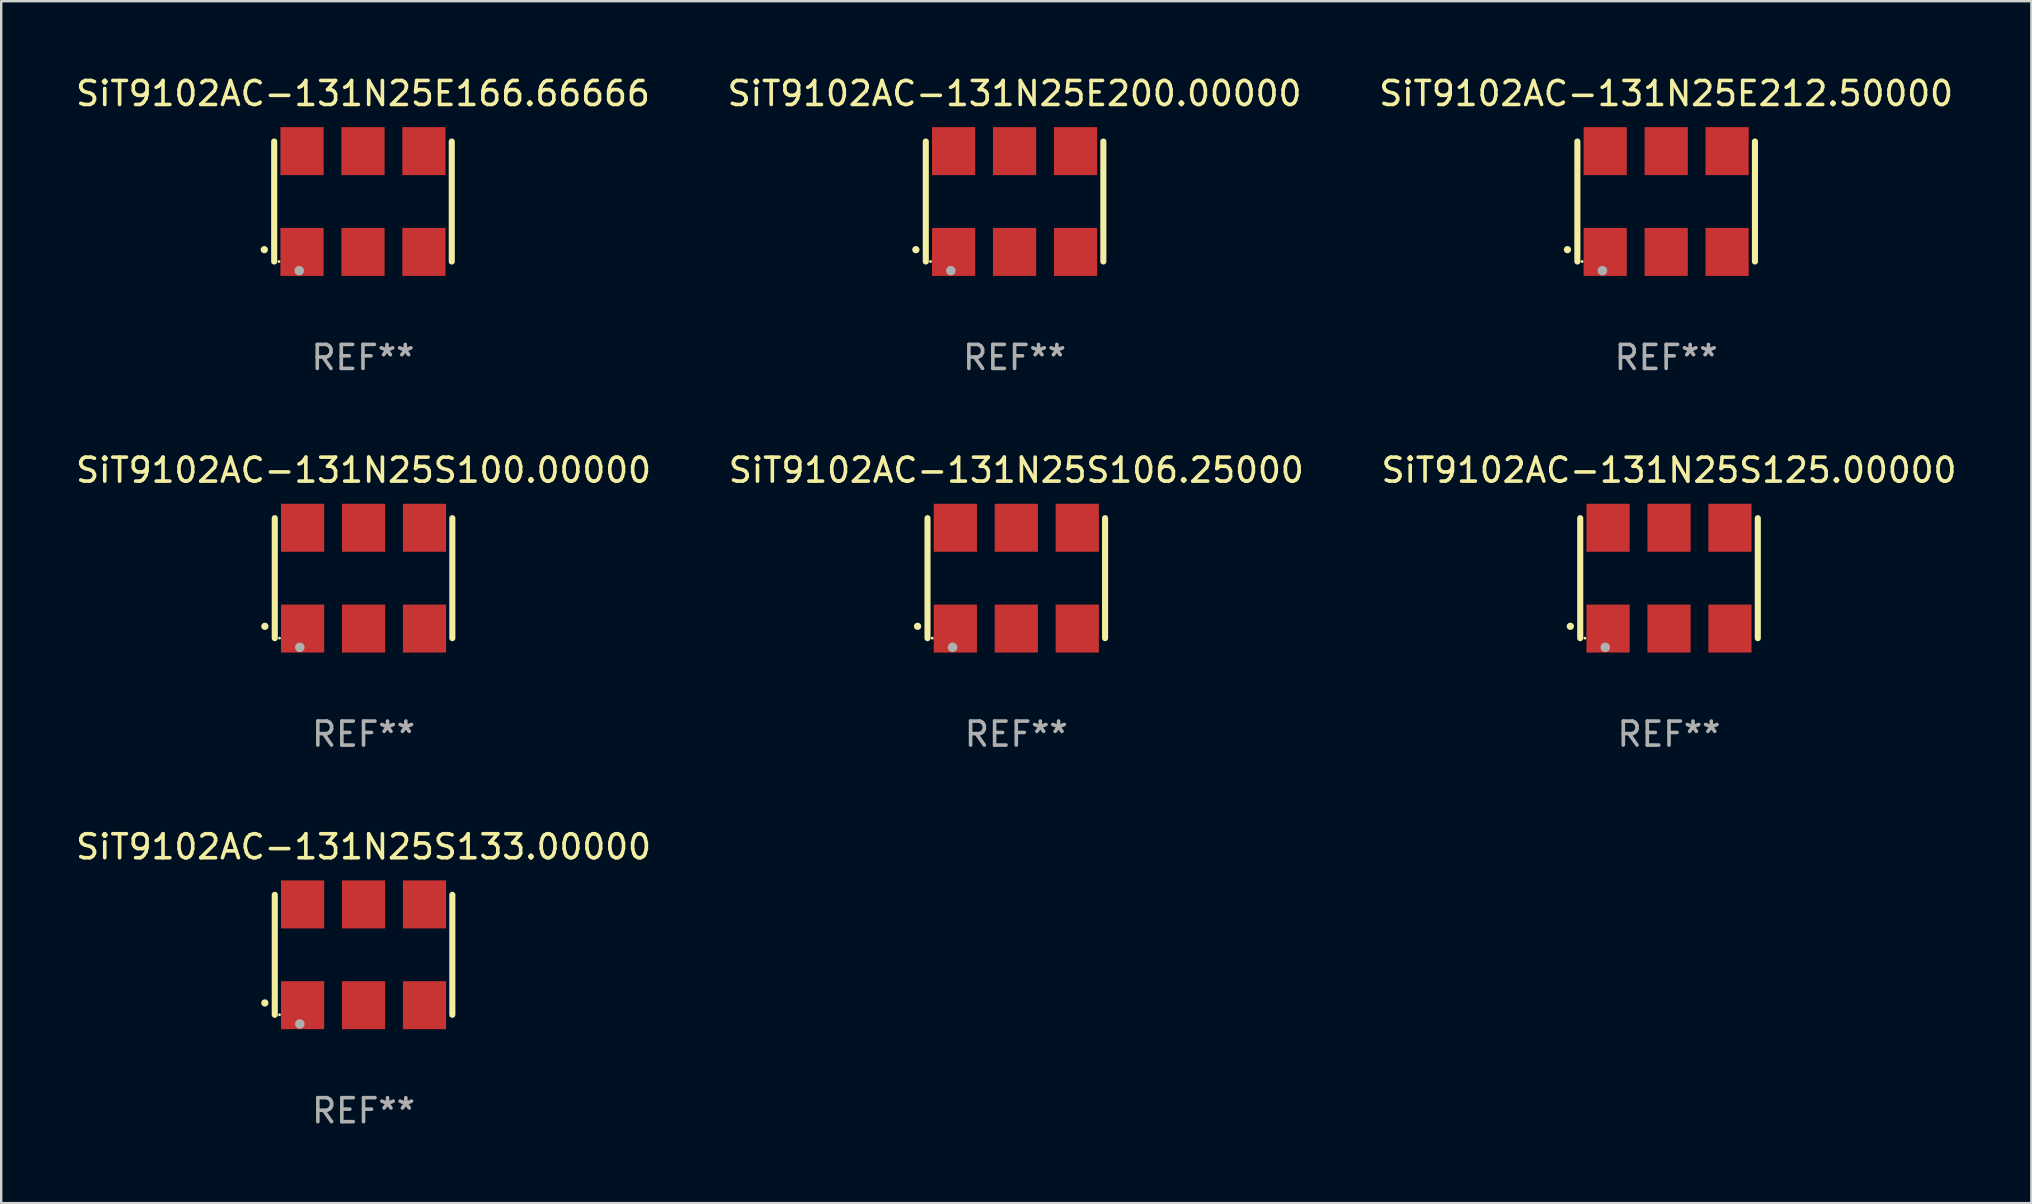
<source format=kicad_pcb>
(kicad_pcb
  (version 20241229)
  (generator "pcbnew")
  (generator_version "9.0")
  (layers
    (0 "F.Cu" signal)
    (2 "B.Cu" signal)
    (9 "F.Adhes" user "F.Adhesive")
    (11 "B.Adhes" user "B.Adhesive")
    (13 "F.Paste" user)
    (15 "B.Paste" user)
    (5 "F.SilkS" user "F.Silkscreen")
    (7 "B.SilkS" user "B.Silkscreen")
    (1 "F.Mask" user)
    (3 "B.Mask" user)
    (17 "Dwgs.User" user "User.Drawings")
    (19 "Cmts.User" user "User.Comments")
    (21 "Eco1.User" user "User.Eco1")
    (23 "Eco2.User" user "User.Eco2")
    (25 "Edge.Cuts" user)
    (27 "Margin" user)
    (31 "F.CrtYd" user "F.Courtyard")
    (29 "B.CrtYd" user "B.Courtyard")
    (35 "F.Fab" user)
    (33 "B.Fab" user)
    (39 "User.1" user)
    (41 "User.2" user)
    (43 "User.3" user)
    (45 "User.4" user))
  (footprint "SiT9102AC-131N25S106.25000"
    (layer "F.Cu")
    (at 39.304 21.045)
    (property "Reference" "SiT9102AC-131N25S106.25000" (at 0 -4.5 0) (layer "F.SilkS") (effects (font (size 1 1) (thickness 0.15))))
    (attr through_hole)
    (fp_line (start -3.7 -2.5) (end -3.7 2.5) (stroke (width 0.254) (type solid)) (layer "F.SilkS"))
    (fp_line (start 3.7 -2.5) (end 3.7 2.5) (stroke (width 0.254) (type solid)) (layer "F.SilkS"))
    (fp_arc (start -4.114415 2.006604) (mid -4.113145 2.006599) (end -4.111875 2.006604) (stroke (width 0.3) (type solid)) (layer "F.SilkS"))
    (fp_circle (center -3.502 2.5) (end -3.472 2.5) (stroke (width 0.06) (type solid)) (fill no) (layer "F.SilkS"))
    (fp_circle (center -2.657 2.882) (end -2.557 2.882) (stroke (width 0.2) (type solid)) (fill no) (layer "F.Fab"))
    (fp_text user "REF**" (at 0 6.5 0) (layer "F.Fab") (effects (font (size 1 1) (thickness 0.15))))
    (pad "1" smd rect (at -2.54 2.1) (size 1.8 2) (layers "F.Cu" "F.Mask" "F.Paste"))
    (pad "2" smd rect (at 0.000394 2.1) (size 1.8 2) (layers "F.Cu" "F.Mask" "F.Paste"))
    (pad "3" smd rect (at 2.54 2.1) (size 1.8 2) (layers "F.Cu" "F.Mask" "F.Paste"))
    (pad "4" smd rect (at 2.54 -2.1) (size 1.8 2) (layers "F.Cu" "F.Mask" "F.Paste"))
    (pad "5" smd rect (at 0.000394 -2.1) (size 1.8 2) (layers "F.Cu" "F.Mask" "F.Paste"))
    (pad "6" smd rect (at -2.54 -2.1) (size 1.8 2) (layers "F.Cu" "F.Mask" "F.Paste")))
  (footprint "SiT9102AC-131N25E200.00000"
    (layer "F.Cu")
    (at 39.232 5.348)
    (property "Reference" "SiT9102AC-131N25E200.00000" (at 0 -4.5 0) (layer "F.SilkS") (effects (font (size 1 1) (thickness 0.15))))
    (attr through_hole)
    (fp_line (start -3.7 -2.5) (end -3.7 2.5) (stroke (width 0.254) (type solid)) (layer "F.SilkS"))
    (fp_line (start 3.7 -2.5) (end 3.7 2.5) (stroke (width 0.254) (type solid)) (layer "F.SilkS"))
    (fp_arc (start -4.114415 2.006604) (mid -4.113145 2.006599) (end -4.111875 2.006604) (stroke (width 0.3) (type solid)) (layer "F.SilkS"))
    (fp_circle (center -3.502 2.5) (end -3.472 2.5) (stroke (width 0.06) (type solid)) (fill no) (layer "F.SilkS"))
    (fp_circle (center -2.657 2.882) (end -2.557 2.882) (stroke (width 0.2) (type solid)) (fill no) (layer "F.Fab"))
    (fp_text user "REF**" (at 0 6.5 0) (layer "F.Fab") (effects (font (size 1 1) (thickness 0.15))))
    (pad "1" smd rect (at -2.54 2.1) (size 1.8 2) (layers "F.Cu" "F.Mask" "F.Paste"))
    (pad "2" smd rect (at 0.000394 2.1) (size 1.8 2) (layers "F.Cu" "F.Mask" "F.Paste"))
    (pad "3" smd rect (at 2.54 2.1) (size 1.8 2) (layers "F.Cu" "F.Mask" "F.Paste"))
    (pad "4" smd rect (at 2.54 -2.1) (size 1.8 2) (layers "F.Cu" "F.Mask" "F.Paste"))
    (pad "5" smd rect (at 0.000394 -2.1) (size 1.8 2) (layers "F.Cu" "F.Mask" "F.Paste"))
    (pad "6" smd rect (at -2.54 -2.1) (size 1.8 2) (layers "F.Cu" "F.Mask" "F.Paste")))
  (footprint "SiT9102AC-131N25S125.00000"
    (layer "F.Cu")
    (at 66.506 21.045)
    (property "Reference" "SiT9102AC-131N25S125.00000" (at 0 -4.5 0) (layer "F.SilkS") (effects (font (size 1 1) (thickness 0.15))))
    (attr through_hole)
    (fp_line (start -3.7 -2.5) (end -3.7 2.5) (stroke (width 0.254) (type solid)) (layer "F.SilkS"))
    (fp_line (start 3.7 -2.5) (end 3.7 2.5) (stroke (width 0.254) (type solid)) (layer "F.SilkS"))
    (fp_arc (start -4.114415 2.006604) (mid -4.113145 2.006599) (end -4.111875 2.006604) (stroke (width 0.3) (type solid)) (layer "F.SilkS"))
    (fp_circle (center -3.502 2.5) (end -3.472 2.5) (stroke (width 0.06) (type solid)) (fill no) (layer "F.SilkS"))
    (fp_circle (center -2.657 2.882) (end -2.557 2.882) (stroke (width 0.2) (type solid)) (fill no) (layer "F.Fab"))
    (fp_text user "REF**" (at 0 6.5 0) (layer "F.Fab") (effects (font (size 1 1) (thickness 0.15))))
    (pad "1" smd rect (at -2.54 2.1) (size 1.8 2) (layers "F.Cu" "F.Mask" "F.Paste"))
    (pad "2" smd rect (at 0.000394 2.1) (size 1.8 2) (layers "F.Cu" "F.Mask" "F.Paste"))
    (pad "3" smd rect (at 2.54 2.1) (size 1.8 2) (layers "F.Cu" "F.Mask" "F.Paste"))
    (pad "4" smd rect (at 2.54 -2.1) (size 1.8 2) (layers "F.Cu" "F.Mask" "F.Paste"))
    (pad "5" smd rect (at 0.000394 -2.1) (size 1.8 2) (layers "F.Cu" "F.Mask" "F.Paste"))
    (pad "6" smd rect (at -2.54 -2.1) (size 1.8 2) (layers "F.Cu" "F.Mask" "F.Paste")))
  (footprint "SiT9102AC-131N25S133.00000"
    (layer "F.Cu")
    (at 12.101 36.741)
    (property "Reference" "SiT9102AC-131N25S133.00000" (at 0 -4.5 0) (layer "F.SilkS") (effects (font (size 1 1) (thickness 0.15))))
    (attr through_hole)
    (fp_line (start -3.7 -2.5) (end -3.7 2.5) (stroke (width 0.254) (type solid)) (layer "F.SilkS"))
    (fp_line (start 3.7 -2.5) (end 3.7 2.5) (stroke (width 0.254) (type solid)) (layer "F.SilkS"))
    (fp_arc (start -4.114415 2.006604) (mid -4.113145 2.006599) (end -4.111875 2.006604) (stroke (width 0.3) (type solid)) (layer "F.SilkS"))
    (fp_circle (center -3.502 2.5) (end -3.472 2.5) (stroke (width 0.06) (type solid)) (fill no) (layer "F.SilkS"))
    (fp_circle (center -2.657 2.882) (end -2.557 2.882) (stroke (width 0.2) (type solid)) (fill no) (layer "F.Fab"))
    (fp_text user "REF**" (at 0 6.5 0) (layer "F.Fab") (effects (font (size 1 1) (thickness 0.15))))
    (pad "1" smd rect (at -2.54 2.1) (size 1.8 2) (layers "F.Cu" "F.Mask" "F.Paste"))
    (pad "2" smd rect (at 0.000394 2.1) (size 1.8 2) (layers "F.Cu" "F.Mask" "F.Paste"))
    (pad "3" smd rect (at 2.54 2.1) (size 1.8 2) (layers "F.Cu" "F.Mask" "F.Paste"))
    (pad "4" smd rect (at 2.54 -2.1) (size 1.8 2) (layers "F.Cu" "F.Mask" "F.Paste"))
    (pad "5" smd rect (at 0.000394 -2.1) (size 1.8 2) (layers "F.Cu" "F.Mask" "F.Paste"))
    (pad "6" smd rect (at -2.54 -2.1) (size 1.8 2) (layers "F.Cu" "F.Mask" "F.Paste")))
  (footprint "SiT9102AC-131N25E166.66666"
    (layer "F.Cu")
    (at 12.077 5.348)
    (property "Reference" "SiT9102AC-131N25E166.66666" (at 0 -4.5 0) (layer "F.SilkS") (effects (font (size 1 1) (thickness 0.15))))
    (attr through_hole)
    (fp_line (start -3.7 -2.5) (end -3.7 2.5) (stroke (width 0.254) (type solid)) (layer "F.SilkS"))
    (fp_line (start 3.7 -2.5) (end 3.7 2.5) (stroke (width 0.254) (type solid)) (layer "F.SilkS"))
    (fp_arc (start -4.114415 2.006604) (mid -4.113145 2.006599) (end -4.111875 2.006604) (stroke (width 0.3) (type solid)) (layer "F.SilkS"))
    (fp_circle (center -3.502 2.5) (end -3.472 2.5) (stroke (width 0.06) (type solid)) (fill no) (layer "F.SilkS"))
    (fp_circle (center -2.657 2.882) (end -2.557 2.882) (stroke (width 0.2) (type solid)) (fill no) (layer "F.Fab"))
    (fp_text user "REF**" (at 0 6.5 0) (layer "F.Fab") (effects (font (size 1 1) (thickness 0.15))))
    (pad "1" smd rect (at -2.54 2.1) (size 1.8 2) (layers "F.Cu" "F.Mask" "F.Paste"))
    (pad "2" smd rect (at 0.000394 2.1) (size 1.8 2) (layers "F.Cu" "F.Mask" "F.Paste"))
    (pad "3" smd rect (at 2.54 2.1) (size 1.8 2) (layers "F.Cu" "F.Mask" "F.Paste"))
    (pad "4" smd rect (at 2.54 -2.1) (size 1.8 2) (layers "F.Cu" "F.Mask" "F.Paste"))
    (pad "5" smd rect (at 0.000394 -2.1) (size 1.8 2) (layers "F.Cu" "F.Mask" "F.Paste"))
    (pad "6" smd rect (at -2.54 -2.1) (size 1.8 2) (layers "F.Cu" "F.Mask" "F.Paste")))
  (footprint "SiT9102AC-131N25S100.00000"
    (layer "F.Cu")
    (at 12.101 21.045)
    (property "Reference" "SiT9102AC-131N25S100.00000" (at 0 -4.5 0) (layer "F.SilkS") (effects (font (size 1 1) (thickness 0.15))))
    (attr through_hole)
    (fp_line (start -3.7 -2.5) (end -3.7 2.5) (stroke (width 0.254) (type solid)) (layer "F.SilkS"))
    (fp_line (start 3.7 -2.5) (end 3.7 2.5) (stroke (width 0.254) (type solid)) (layer "F.SilkS"))
    (fp_arc (start -4.114415 2.006604) (mid -4.113145 2.006599) (end -4.111875 2.006604) (stroke (width 0.3) (type solid)) (layer "F.SilkS"))
    (fp_circle (center -3.502 2.5) (end -3.472 2.5) (stroke (width 0.06) (type solid)) (fill no) (layer "F.SilkS"))
    (fp_circle (center -2.657 2.882) (end -2.557 2.882) (stroke (width 0.2) (type solid)) (fill no) (layer "F.Fab"))
    (fp_text user "REF**" (at 0 6.5 0) (layer "F.Fab") (effects (font (size 1 1) (thickness 0.15))))
    (pad "1" smd rect (at -2.54 2.1) (size 1.8 2) (layers "F.Cu" "F.Mask" "F.Paste"))
    (pad "2" smd rect (at 0.000394 2.1) (size 1.8 2) (layers "F.Cu" "F.Mask" "F.Paste"))
    (pad "3" smd rect (at 2.54 2.1) (size 1.8 2) (layers "F.Cu" "F.Mask" "F.Paste"))
    (pad "4" smd rect (at 2.54 -2.1) (size 1.8 2) (layers "F.Cu" "F.Mask" "F.Paste"))
    (pad "5" smd rect (at 0.000394 -2.1) (size 1.8 2) (layers "F.Cu" "F.Mask" "F.Paste"))
    (pad "6" smd rect (at -2.54 -2.1) (size 1.8 2) (layers "F.Cu" "F.Mask" "F.Paste")))
  (footprint "SiT9102AC-131N25E212.50000"
    (layer "F.Cu")
    (at 66.387 5.348)
    (property "Reference" "SiT9102AC-131N25E212.50000" (at 0 -4.5 0) (layer "F.SilkS") (effects (font (size 1 1) (thickness 0.15))))
    (attr through_hole)
    (fp_line (start -3.7 -2.5) (end -3.7 2.5) (stroke (width 0.254) (type solid)) (layer "F.SilkS"))
    (fp_line (start 3.7 -2.5) (end 3.7 2.5) (stroke (width 0.254) (type solid)) (layer "F.SilkS"))
    (fp_arc (start -4.114415 2.006604) (mid -4.113145 2.006599) (end -4.111875 2.006604) (stroke (width 0.3) (type solid)) (layer "F.SilkS"))
    (fp_circle (center -3.502 2.5) (end -3.472 2.5) (stroke (width 0.06) (type solid)) (fill no) (layer "F.SilkS"))
    (fp_circle (center -2.657 2.882) (end -2.557 2.882) (stroke (width 0.2) (type solid)) (fill no) (layer "F.Fab"))
    (fp_text user "REF**" (at 0 6.5 0) (layer "F.Fab") (effects (font (size 1 1) (thickness 0.15))))
    (pad "1" smd rect (at -2.54 2.1) (size 1.8 2) (layers "F.Cu" "F.Mask" "F.Paste"))
    (pad "2" smd rect (at 0.000394 2.1) (size 1.8 2) (layers "F.Cu" "F.Mask" "F.Paste"))
    (pad "3" smd rect (at 2.54 2.1) (size 1.8 2) (layers "F.Cu" "F.Mask" "F.Paste"))
    (pad "4" smd rect (at 2.54 -2.1) (size 1.8 2) (layers "F.Cu" "F.Mask" "F.Paste"))
    (pad "5" smd rect (at 0.000394 -2.1) (size 1.8 2) (layers "F.Cu" "F.Mask" "F.Paste"))
    (pad "6" smd rect (at -2.54 -2.1) (size 1.8 2) (layers "F.Cu" "F.Mask" "F.Paste")))
  (gr_rect
    (start -3 -3)
    (end 81.607 47.09)
    (stroke (width 0.1) (type default))
    (fill no)
    (layer "Edge.Cuts")))
</source>
